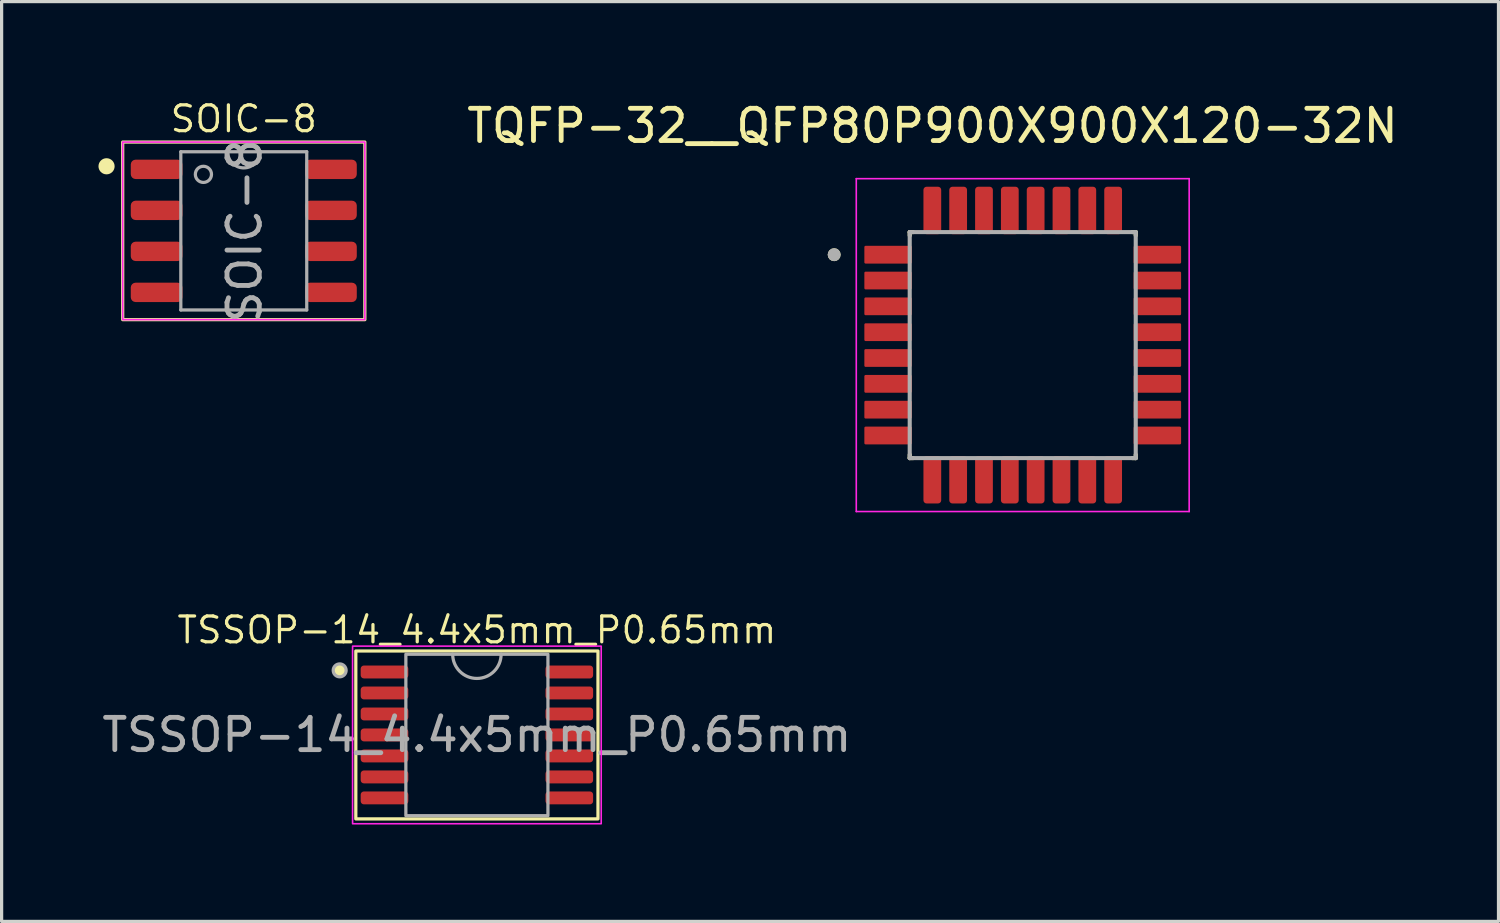
<source format=kicad_pcb>
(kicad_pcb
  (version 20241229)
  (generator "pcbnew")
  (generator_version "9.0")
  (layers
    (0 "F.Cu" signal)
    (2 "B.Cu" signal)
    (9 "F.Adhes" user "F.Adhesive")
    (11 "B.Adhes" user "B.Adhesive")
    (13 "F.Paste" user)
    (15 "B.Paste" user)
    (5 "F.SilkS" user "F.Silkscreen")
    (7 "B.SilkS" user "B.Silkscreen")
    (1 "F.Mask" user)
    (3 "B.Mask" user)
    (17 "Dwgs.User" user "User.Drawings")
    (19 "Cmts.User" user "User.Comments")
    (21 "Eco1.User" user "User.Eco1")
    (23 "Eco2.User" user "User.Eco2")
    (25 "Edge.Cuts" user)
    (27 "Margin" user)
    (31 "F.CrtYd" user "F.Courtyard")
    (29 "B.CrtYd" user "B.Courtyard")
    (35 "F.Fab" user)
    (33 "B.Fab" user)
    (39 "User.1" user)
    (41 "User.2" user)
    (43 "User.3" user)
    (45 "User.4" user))
  (footprint "TQFP-32__QFP80P900X900X120-32N"
    (layer "F.Cu")
    (at 28.625 7.638)
    (property "Reference" "TQFP-32__QFP80P900X900X120-32N" (at -2.795 -6.79 0) (layer "F.SilkS") (effects (font (size 1 1) (thickness 0.15))))
    (attr smd)
    (fp_line (start -3.5 -3.5) (end -3.5 -3.395) (stroke (width 0.127) (type solid)) (layer "F.SilkS"))
    (fp_line (start -3.5 -3.5) (end -3.395 -3.5) (stroke (width 0.127) (type solid)) (layer "F.SilkS"))
    (fp_line (start -3.5 3.5) (end -3.5 3.395) (stroke (width 0.127) (type solid)) (layer "F.SilkS"))
    (fp_line (start -3.5 3.5) (end -3.395 3.5) (stroke (width 0.127) (type solid)) (layer "F.SilkS"))
    (fp_line (start 3.5 -3.5) (end 3.395 -3.5) (stroke (width 0.127) (type solid)) (layer "F.SilkS"))
    (fp_line (start 3.5 -3.5) (end 3.5 -3.395) (stroke (width 0.127) (type solid)) (layer "F.SilkS"))
    (fp_line (start 3.5 3.5) (end 3.395 3.5) (stroke (width 0.127) (type solid)) (layer "F.SilkS"))
    (fp_line (start 3.5 3.5) (end 3.5 3.395) (stroke (width 0.127) (type solid)) (layer "F.SilkS"))
    (fp_circle (center -5.84 -2.8) (end -5.74 -2.8) (stroke (width 0.2) (type solid)) (fill no) (layer "F.SilkS"))
    (fp_line (start -5.155 -5.155) (end 5.155 -5.155) (stroke (width 0.05) (type solid)) (layer "F.CrtYd"))
    (fp_line (start -5.155 5.155) (end -5.155 -5.155) (stroke (width 0.05) (type solid)) (layer "F.CrtYd"))
    (fp_line (start -5.155 5.155) (end 5.155 5.155) (stroke (width 0.05) (type solid)) (layer "F.CrtYd"))
    (fp_line (start 5.155 5.155) (end 5.155 -5.155) (stroke (width 0.05) (type solid)) (layer "F.CrtYd"))
    (fp_line (start -3.5 3.5) (end -3.5 -3.5) (stroke (width 0.127) (type solid)) (layer "F.Fab"))
    (fp_line (start 3.5 -3.5) (end -3.5 -3.5) (stroke (width 0.127) (type solid)) (layer "F.Fab"))
    (fp_line (start 3.5 3.5) (end -3.5 3.5) (stroke (width 0.127) (type solid)) (layer "F.Fab"))
    (fp_line (start 3.5 3.5) (end 3.5 -3.5) (stroke (width 0.127) (type solid)) (layer "F.Fab"))
    (fp_circle (center -5.84 -2.8) (end -5.74 -2.8) (stroke (width 0.2) (type solid)) (fill no) (layer "F.Fab"))
    (pad "1" smd roundrect (at -4.17 -2.8) (size 1.47 0.55) (layers "F.Cu" "F.Mask" "F.Paste") (roundrect_rratio 0.07))
    (pad "2" smd roundrect (at -4.17 -2) (size 1.47 0.55) (layers "F.Cu" "F.Mask" "F.Paste") (roundrect_rratio 0.07))
    (pad "3" smd roundrect (at -4.17 -1.2) (size 1.47 0.55) (layers "F.Cu" "F.Mask" "F.Paste") (roundrect_rratio 0.07))
    (pad "4" smd roundrect (at -4.17 -0.4) (size 1.47 0.55) (layers "F.Cu" "F.Mask" "F.Paste") (roundrect_rratio 0.07))
    (pad "5" smd roundrect (at -4.17 0.4) (size 1.47 0.55) (layers "F.Cu" "F.Mask" "F.Paste") (roundrect_rratio 0.07))
    (pad "6" smd roundrect (at -4.17 1.2) (size 1.47 0.55) (layers "F.Cu" "F.Mask" "F.Paste") (roundrect_rratio 0.07))
    (pad "7" smd roundrect (at -4.17 2) (size 1.47 0.55) (layers "F.Cu" "F.Mask" "F.Paste") (roundrect_rratio 0.07))
    (pad "8" smd roundrect (at -4.17 2.8) (size 1.47 0.55) (layers "F.Cu" "F.Mask" "F.Paste") (roundrect_rratio 0.07))
    (pad "9" smd roundrect (at -2.8 4.17) (size 0.55 1.47) (layers "F.Cu" "F.Mask" "F.Paste") (roundrect_rratio 0.18))
    (pad "10" smd roundrect (at -2 4.17) (size 0.55 1.47) (layers "F.Cu" "F.Mask" "F.Paste") (roundrect_rratio 0.18))
    (pad "11" smd roundrect (at -1.2 4.17) (size 0.55 1.47) (layers "F.Cu" "F.Mask" "F.Paste") (roundrect_rratio 0.18))
    (pad "12" smd roundrect (at -0.4 4.17) (size 0.55 1.47) (layers "F.Cu" "F.Mask" "F.Paste") (roundrect_rratio 0.18))
    (pad "13" smd roundrect (at 0.4 4.17) (size 0.55 1.47) (layers "F.Cu" "F.Mask" "F.Paste") (roundrect_rratio 0.18))
    (pad "14" smd roundrect (at 1.2 4.17) (size 0.55 1.47) (layers "F.Cu" "F.Mask" "F.Paste") (roundrect_rratio 0.18))
    (pad "15" smd roundrect (at 2 4.17) (size 0.55 1.47) (layers "F.Cu" "F.Mask" "F.Paste") (roundrect_rratio 0.18))
    (pad "16" smd roundrect (at 2.8 4.17) (size 0.55 1.47) (layers "F.Cu" "F.Mask" "F.Paste") (roundrect_rratio 0.18))
    (pad "17" smd roundrect (at 4.17 2.8) (size 1.47 0.55) (layers "F.Cu" "F.Mask" "F.Paste") (roundrect_rratio 0.07))
    (pad "18" smd roundrect (at 4.17 2) (size 1.47 0.55) (layers "F.Cu" "F.Mask" "F.Paste") (roundrect_rratio 0.07))
    (pad "19" smd roundrect (at 4.17 1.2) (size 1.47 0.55) (layers "F.Cu" "F.Mask" "F.Paste") (roundrect_rratio 0.07))
    (pad "20" smd roundrect (at 4.17 0.4) (size 1.47 0.55) (layers "F.Cu" "F.Mask" "F.Paste") (roundrect_rratio 0.07))
    (pad "21" smd roundrect (at 4.17 -0.4) (size 1.47 0.55) (layers "F.Cu" "F.Mask" "F.Paste") (roundrect_rratio 0.07))
    (pad "22" smd roundrect (at 4.17 -1.2) (size 1.47 0.55) (layers "F.Cu" "F.Mask" "F.Paste") (roundrect_rratio 0.07))
    (pad "23" smd roundrect (at 4.17 -2) (size 1.47 0.55) (layers "F.Cu" "F.Mask" "F.Paste") (roundrect_rratio 0.07))
    (pad "24" smd roundrect (at 4.17 -2.8) (size 1.47 0.55) (layers "F.Cu" "F.Mask" "F.Paste") (roundrect_rratio 0.07))
    (pad "25" smd roundrect (at 2.8 -4.17) (size 0.55 1.47) (layers "F.Cu" "F.Mask" "F.Paste") (roundrect_rratio 0.18))
    (pad "26" smd roundrect (at 2 -4.17) (size 0.55 1.47) (layers "F.Cu" "F.Mask" "F.Paste") (roundrect_rratio 0.18))
    (pad "27" smd roundrect (at 1.2 -4.17) (size 0.55 1.47) (layers "F.Cu" "F.Mask" "F.Paste") (roundrect_rratio 0.18))
    (pad "28" smd roundrect (at 0.4 -4.17) (size 0.55 1.47) (layers "F.Cu" "F.Mask" "F.Paste") (roundrect_rratio 0.18))
    (pad "29" smd roundrect (at -0.4 -4.17) (size 0.55 1.47) (layers "F.Cu" "F.Mask" "F.Paste") (roundrect_rratio 0.18))
    (pad "30" smd roundrect (at -1.2 -4.17) (size 0.55 1.47) (layers "F.Cu" "F.Mask" "F.Paste") (roundrect_rratio 0.18))
    (pad "31" smd roundrect (at -2 -4.17) (size 0.55 1.47) (layers "F.Cu" "F.Mask" "F.Paste") (roundrect_rratio 0.18))
    (pad "32" smd roundrect (at -2.8 -4.17) (size 0.55 1.47) (layers "F.Cu" "F.Mask" "F.Paste") (roundrect_rratio 0.18)))
  (footprint "SOIC-8"
    (layer "F.Cu")
    (at 4.5 4.1)
    (property "Reference" "SOIC-8" (at 0 -3 0) (layer "F.SilkS") (effects (font (size 0.8 0.8) (thickness 0.1)) (justify bottom)))
    (fp_rect (start -3.75 -2.75) (end 3.75 2.75) (stroke (width 0.1) (type solid)) (fill no) (layer "F.SilkS"))
    (fp_circle (center -4.25 -2) (end -4 -2) (stroke (width 0) (type solid)) (fill yes) (layer "F.SilkS"))
    (fp_rect (start 3.75 -2.75) (end -3.75 2.75) (stroke (width 0.05) (type solid)) (fill no) (layer "F.CrtYd"))
    (fp_line (start -1.95 -2.45) (end -1.95 2.45) (stroke (width 0.1) (type solid)) (layer "F.Fab"))
    (fp_line (start -1.95 -2.45) (end 1.95 -2.45) (stroke (width 0.1) (type solid)) (layer "F.Fab"))
    (fp_line (start -1.95 2.45) (end 1.95 2.45) (stroke (width 0.1) (type solid)) (layer "F.Fab"))
    (fp_line (start 1.95 -2.45) (end 1.95 2.45) (stroke (width 0.1) (type solid)) (layer "F.Fab"))
    (fp_arc (start 0.5 -2.45) (mid 0 -1.95) (end -0.5 -2.45) (stroke (width 0.1) (type solid)) (layer "F.Fab"))
    (fp_circle (center -1.25 -1.75) (end -1.25 -1.5) (stroke (width 0.1) (type solid)) (fill no) (layer "F.Fab"))
    (fp_text user "${REFERENCE}" (at 0.025 0 90) (layer "F.Fab") (effects (font (size 1 1) (thickness 0.15))))
    (pad "1" smd roundrect (at -2.7 -1.905) (size 1.6 0.6) (layers "F.Cu" "F.Mask" "F.Paste") (roundrect_rratio 0.25))
    (pad "2" smd roundrect (at -2.7 -0.635) (size 1.6 0.6) (layers "F.Cu" "F.Mask" "F.Paste") (roundrect_rratio 0.25))
    (pad "3" smd roundrect (at -2.7 0.635) (size 1.6 0.6) (layers "F.Cu" "F.Mask" "F.Paste") (roundrect_rratio 0.25))
    (pad "4" smd roundrect (at -2.7 1.905) (size 1.6 0.6) (layers "F.Cu" "F.Mask" "F.Paste") (roundrect_rratio 0.25))
    (pad "5" smd roundrect (at 2.7 1.905) (size 1.6 0.6) (layers "F.Cu" "F.Mask" "F.Paste") (roundrect_rratio 0.25))
    (pad "6" smd roundrect (at 2.7 0.635) (size 1.6 0.6) (layers "F.Cu" "F.Mask" "F.Paste") (roundrect_rratio 0.25))
    (pad "7" smd roundrect (at 2.7 -0.635) (size 1.6 0.6) (layers "F.Cu" "F.Mask" "F.Paste") (roundrect_rratio 0.25))
    (pad "8" smd roundrect (at 2.7 -1.905) (size 1.6 0.6) (layers "F.Cu" "F.Mask" "F.Paste") (roundrect_rratio 0.25)))
  (footprint "TSSOP-14_4.4x5mm_P0.65mm"
    (layer "F.Cu")
    (at 11.72 19.712)
    (property "Reference" "TSSOP-14_4.4x5mm_P0.65mm" (at 0 -3.25 0) (layer "F.SilkS") (effects (font (size 0.8 0.8) (thickness 0.1))))
    (attr smd)
    (fp_rect (start -3.75 -2.6) (end 3.75 2.6) (stroke (width 0.1) (type solid)) (fill no) (layer "F.SilkS"))
    (fp_circle (center -4.25 -2) (end -4.05 -2) (stroke (width 0) (type solid)) (fill yes) (layer "F.SilkS"))
    (fp_rect (start -3.85 -2.75) (end 3.85 2.75) (stroke (width 0.05) (type solid)) (fill no) (layer "F.CrtYd"))
    (fp_rect (start 2.2 2.5) (end -2.2 -2.5) (stroke (width 0.1) (type solid)) (fill no) (layer "F.Fab"))
    (fp_arc (start 0.75 -2.5) (mid 0 -1.75) (end -0.75 -2.5) (stroke (width 0.1) (type solid)) (layer "F.Fab"))
    (fp_circle (center -4.25 -2) (end -4.05 -2) (stroke (width 0.1) (type solid)) (fill no) (layer "F.Fab"))
    (fp_text user "${REFERENCE}" (at 0 0 0) (layer "F.Fab") (effects (font (size 1 1) (thickness 0.15))))
    (pad "1" smd roundrect (at -2.862 -1.95) (size 1.475 0.4) (layers "F.Cu" "F.Mask" "F.Paste") (roundrect_rratio 0.25))
    (pad "2" smd roundrect (at -2.862 -1.3) (size 1.475 0.4) (layers "F.Cu" "F.Mask" "F.Paste") (roundrect_rratio 0.25))
    (pad "3" smd roundrect (at -2.862 -0.65) (size 1.475 0.4) (layers "F.Cu" "F.Mask" "F.Paste") (roundrect_rratio 0.25))
    (pad "4" smd roundrect (at -2.862 0) (size 1.475 0.4) (layers "F.Cu" "F.Mask" "F.Paste") (roundrect_rratio 0.25))
    (pad "5" smd roundrect (at -2.862 0.65) (size 1.475 0.4) (layers "F.Cu" "F.Mask" "F.Paste") (roundrect_rratio 0.25))
    (pad "6" smd roundrect (at -2.862 1.3) (size 1.475 0.4) (layers "F.Cu" "F.Mask" "F.Paste") (roundrect_rratio 0.25))
    (pad "7" smd roundrect (at -2.862 1.95) (size 1.475 0.4) (layers "F.Cu" "F.Mask" "F.Paste") (roundrect_rratio 0.25))
    (pad "8" smd roundrect (at 2.862 1.95) (size 1.475 0.4) (layers "F.Cu" "F.Mask" "F.Paste") (roundrect_rratio 0.25))
    (pad "9" smd roundrect (at 2.862 1.3) (size 1.475 0.4) (layers "F.Cu" "F.Mask" "F.Paste") (roundrect_rratio 0.25))
    (pad "10" smd roundrect (at 2.862 0.65) (size 1.475 0.4) (layers "F.Cu" "F.Mask" "F.Paste") (roundrect_rratio 0.25))
    (pad "11" smd roundrect (at 2.862 0) (size 1.475 0.4) (layers "F.Cu" "F.Mask" "F.Paste") (roundrect_rratio 0.25))
    (pad "12" smd roundrect (at 2.862 -0.65) (size 1.475 0.4) (layers "F.Cu" "F.Mask" "F.Paste") (roundrect_rratio 0.25))
    (pad "13" smd roundrect (at 2.862 -1.3) (size 1.475 0.4) (layers "F.Cu" "F.Mask" "F.Paste") (roundrect_rratio 0.25))
    (pad "14" smd roundrect (at 2.862 -1.95) (size 1.475 0.4) (layers "F.Cu" "F.Mask" "F.Paste") (roundrect_rratio 0.25)))
  (gr_rect
    (start -3 -3)
    (end 43.36 25.487)
    (stroke (width 0.1) (type default))
    (fill no)
    (layer "Edge.Cuts")))
</source>
